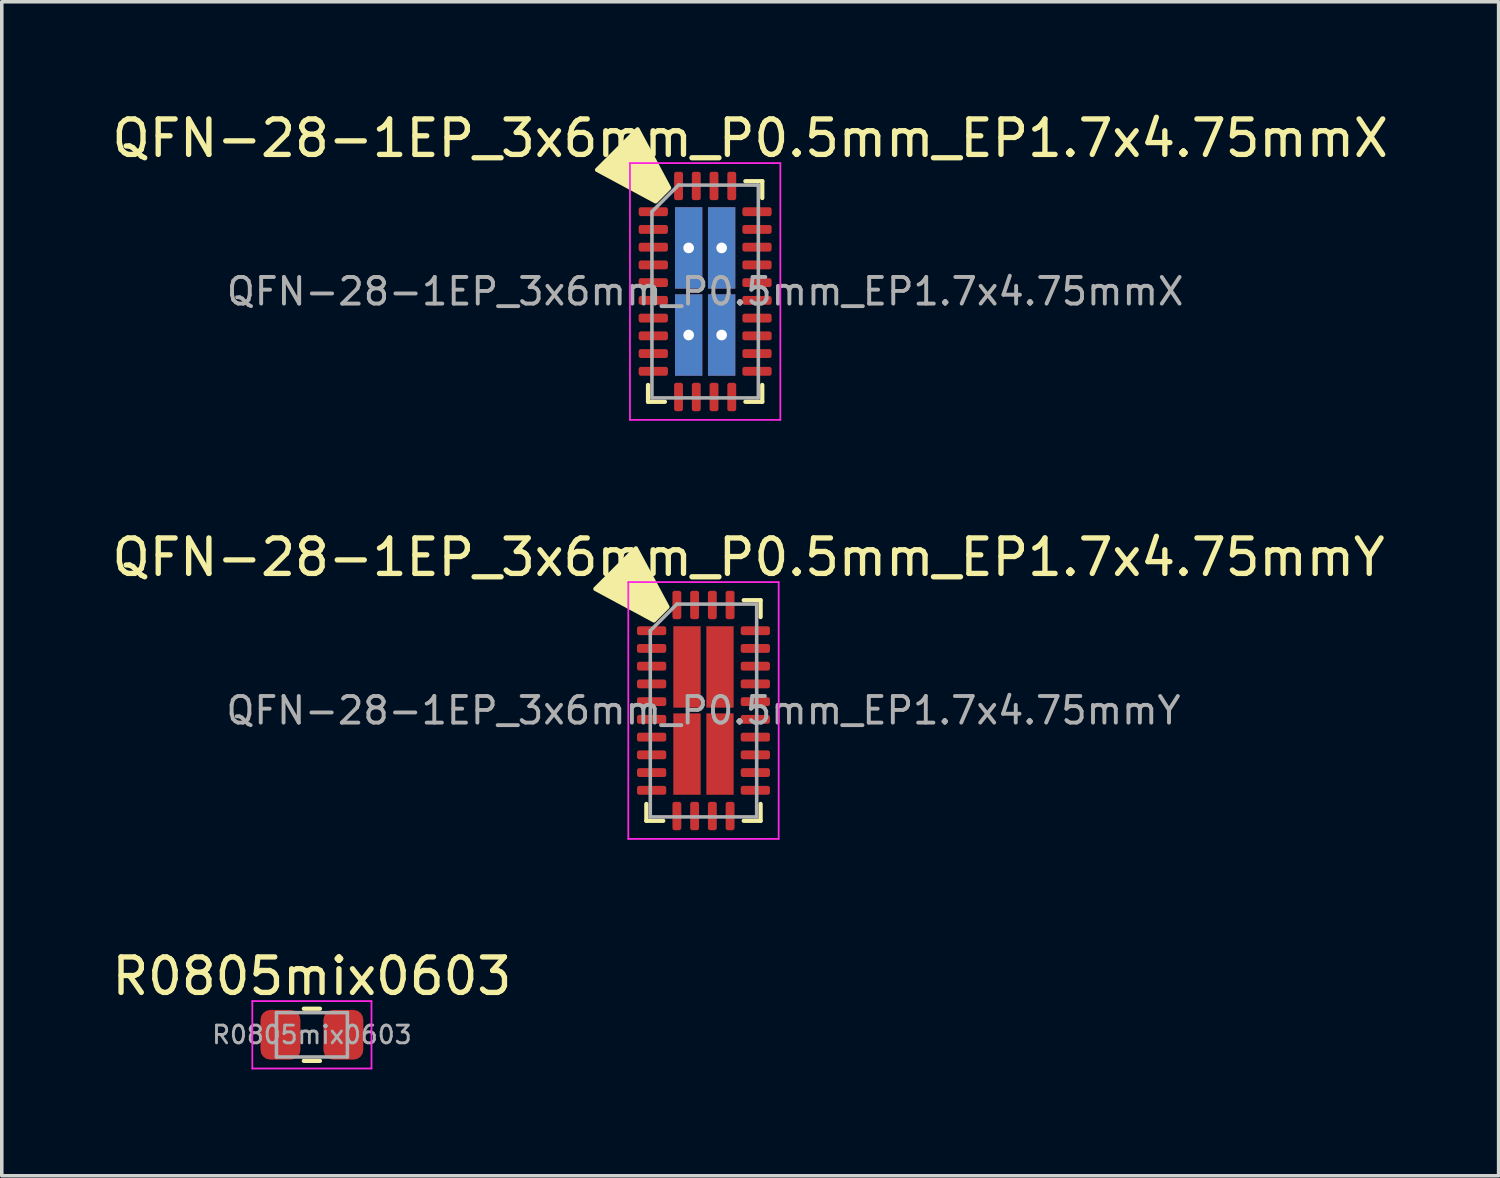
<source format=kicad_pcb>
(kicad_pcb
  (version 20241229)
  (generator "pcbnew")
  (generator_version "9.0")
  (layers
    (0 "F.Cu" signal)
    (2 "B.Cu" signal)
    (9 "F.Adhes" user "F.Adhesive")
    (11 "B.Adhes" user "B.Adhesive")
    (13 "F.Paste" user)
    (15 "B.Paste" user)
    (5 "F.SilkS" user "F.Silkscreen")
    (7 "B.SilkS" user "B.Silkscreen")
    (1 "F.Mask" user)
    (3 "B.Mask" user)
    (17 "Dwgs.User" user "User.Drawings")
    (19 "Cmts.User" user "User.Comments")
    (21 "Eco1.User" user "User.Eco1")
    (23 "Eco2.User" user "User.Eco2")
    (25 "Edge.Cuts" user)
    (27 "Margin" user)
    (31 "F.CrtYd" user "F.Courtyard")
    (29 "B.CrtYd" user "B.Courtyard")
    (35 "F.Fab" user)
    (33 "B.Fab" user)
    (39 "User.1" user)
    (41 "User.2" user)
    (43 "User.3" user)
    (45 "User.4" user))
  (footprint "QFN-28-1EP_3x6mm_P0.5mm_EP1.7x4.75mmY"
    (layer "F.Cu")
    (at 16.784 16.982)
    (property "Reference" "QFN-28-1EP_3x6mm_P0.5mm_EP1.7x4.75mmY" (at 1.27 -4.32 0) (layer "F.SilkS") (effects (font (size 1 1) (thickness 0.15))))
    (attr smd)
    (fp_line (start -1.61 3.11) (end -1.61 2.635) (stroke (width 0.12) (type solid)) (layer "F.SilkS"))
    (fp_line (start -1.135 3.11) (end -1.61 3.11) (stroke (width 0.12) (type solid)) (layer "F.SilkS"))
    (fp_line (start 1.135 -3.11) (end 1.61 -3.11) (stroke (width 0.12) (type solid)) (layer "F.SilkS"))
    (fp_line (start 1.135 3.11) (end 1.61 3.11) (stroke (width 0.12) (type solid)) (layer "F.SilkS"))
    (fp_line (start 1.61 -3.11) (end 1.61 -2.635) (stroke (width 0.12) (type solid)) (layer "F.SilkS"))
    (fp_line (start 1.61 3.11) (end 1.61 2.635) (stroke (width 0.12) (type solid)) (layer "F.SilkS"))
    (fp_poly (pts (xy -1.016 -2.921) (xy -1.397 -2.54) (xy -3.048 -3.429) (xy -1.905 -4.572)) (stroke (width 0.12) (type solid)) (fill yes) (layer "F.SilkS"))
    (fp_line (start -2.12 -3.62) (end -2.12 3.62) (stroke (width 0.05) (type solid)) (layer "F.CrtYd"))
    (fp_line (start -2.12 3.62) (end 2.12 3.62) (stroke (width 0.05) (type solid)) (layer "F.CrtYd"))
    (fp_line (start 2.12 -3.62) (end -2.12 -3.62) (stroke (width 0.05) (type solid)) (layer "F.CrtYd"))
    (fp_line (start 2.12 3.62) (end 2.12 -3.62) (stroke (width 0.05) (type solid)) (layer "F.CrtYd"))
    (fp_line (start -1.5 -2.25) (end -0.75 -3) (stroke (width 0.1) (type solid)) (layer "F.Fab"))
    (fp_line (start -1.5 3) (end -1.5 -2.25) (stroke (width 0.1) (type solid)) (layer "F.Fab"))
    (fp_line (start -0.75 -3) (end 1.5 -3) (stroke (width 0.1) (type solid)) (layer "F.Fab"))
    (fp_line (start 1.5 -3) (end 1.5 3) (stroke (width 0.1) (type solid)) (layer "F.Fab"))
    (fp_line (start 1.5 3) (end -1.5 3) (stroke (width 0.1) (type solid)) (layer "F.Fab"))
    (fp_text user "${REFERENCE}" (at 0 0 0) (layer "F.Fab") (effects (font (size 0.75 0.75) (thickness 0.11))))
    (pad "1" smd roundrect (at -1.462 -2.25) (size 0.825 0.25) (layers "F.Cu" "F.Mask" "F.Paste") (roundrect_rratio 0.25))
    (pad "2" smd roundrect (at -1.462 -1.75) (size 0.825 0.25) (layers "F.Cu" "F.Mask" "F.Paste") (roundrect_rratio 0.25))
    (pad "3" smd roundrect (at -1.462 -1.25) (size 0.825 0.25) (layers "F.Cu" "F.Mask" "F.Paste") (roundrect_rratio 0.25))
    (pad "4" smd roundrect (at -1.462 -0.75) (size 0.825 0.25) (layers "F.Cu" "F.Mask" "F.Paste") (roundrect_rratio 0.25))
    (pad "5" smd roundrect (at -1.462 -0.25) (size 0.825 0.25) (layers "F.Cu" "F.Mask" "F.Paste") (roundrect_rratio 0.25))
    (pad "6" smd roundrect (at -1.462 0.25) (size 0.825 0.25) (layers "F.Cu" "F.Mask" "F.Paste") (roundrect_rratio 0.25))
    (pad "7" smd roundrect (at -1.462 0.75) (size 0.825 0.25) (layers "F.Cu" "F.Mask" "F.Paste") (roundrect_rratio 0.25))
    (pad "8" smd roundrect (at -1.462 1.25) (size 0.825 0.25) (layers "F.Cu" "F.Mask" "F.Paste") (roundrect_rratio 0.25))
    (pad "9" smd roundrect (at -1.462 1.75) (size 0.825 0.25) (layers "F.Cu" "F.Mask" "F.Paste") (roundrect_rratio 0.25))
    (pad "10" smd roundrect (at -1.462 2.25) (size 0.825 0.25) (layers "F.Cu" "F.Mask" "F.Paste") (roundrect_rratio 0.25))
    (pad "11" smd roundrect (at -0.75 2.975) (size 0.25 0.8) (layers "F.Cu" "F.Mask" "F.Paste") (roundrect_rratio 0.25))
    (pad "12" smd roundrect (at -0.25 2.975) (size 0.25 0.8) (layers "F.Cu" "F.Mask" "F.Paste") (roundrect_rratio 0.25))
    (pad "13" smd roundrect (at 0.25 2.975) (size 0.25 0.8) (layers "F.Cu" "F.Mask" "F.Paste") (roundrect_rratio 0.25))
    (pad "14" smd roundrect (at 0.75 2.975) (size 0.25 0.8) (layers "F.Cu" "F.Mask" "F.Paste") (roundrect_rratio 0.25))
    (pad "15" smd roundrect (at 1.462 2.25) (size 0.825 0.25) (layers "F.Cu" "F.Mask" "F.Paste") (roundrect_rratio 0.25))
    (pad "16" smd roundrect (at 1.462 1.75) (size 0.825 0.25) (layers "F.Cu" "F.Mask" "F.Paste") (roundrect_rratio 0.25))
    (pad "17" smd roundrect (at 1.462 1.25) (size 0.825 0.25) (layers "F.Cu" "F.Mask" "F.Paste") (roundrect_rratio 0.25))
    (pad "18" smd roundrect (at 1.462 0.75) (size 0.825 0.25) (layers "F.Cu" "F.Mask" "F.Paste") (roundrect_rratio 0.25))
    (pad "19" smd roundrect (at 1.462 0.25) (size 0.825 0.25) (layers "F.Cu" "F.Mask" "F.Paste") (roundrect_rratio 0.25))
    (pad "20" smd roundrect (at 1.462 -0.25) (size 0.825 0.25) (layers "F.Cu" "F.Mask" "F.Paste") (roundrect_rratio 0.25))
    (pad "21" smd roundrect (at 1.462 -0.75) (size 0.825 0.25) (layers "F.Cu" "F.Mask" "F.Paste") (roundrect_rratio 0.25))
    (pad "22" smd roundrect (at 1.462 -1.25) (size 0.825 0.25) (layers "F.Cu" "F.Mask" "F.Paste") (roundrect_rratio 0.25))
    (pad "23" smd roundrect (at 1.462 -1.75) (size 0.825 0.25) (layers "F.Cu" "F.Mask" "F.Paste") (roundrect_rratio 0.25))
    (pad "24" smd roundrect (at 1.462 -2.25) (size 0.825 0.25) (layers "F.Cu" "F.Mask" "F.Paste") (roundrect_rratio 0.25))
    (pad "25" smd roundrect (at 0.75 -2.975) (size 0.25 0.8) (layers "F.Cu" "F.Mask" "F.Paste") (roundrect_rratio 0.25))
    (pad "26" smd roundrect (at 0.25 -2.975) (size 0.25 0.8) (layers "F.Cu" "F.Mask" "F.Paste") (roundrect_rratio 0.25))
    (pad "27" smd roundrect (at -0.25 -2.975) (size 0.25 0.8) (layers "F.Cu" "F.Mask" "F.Paste") (roundrect_rratio 0.25))
    (pad "28" smd roundrect (at -0.75 -2.975) (size 0.25 0.8) (layers "F.Cu" "F.Mask" "F.Paste") (roundrect_rratio 0.25))
    (pad "29" smd rect (at -0.465 -1.228) (size 0.77 2.295) (layers "F.Cu" "F.Mask" "F.Paste"))
    (pad "30" smd rect (at 0.465 -1.228) (size 0.77 2.295) (layers "F.Cu" "F.Mask" "F.Paste"))
    (pad "31" smd rect (at 0.465 1.228) (size 0.77 2.295) (layers "F.Cu" "F.Mask" "F.Paste"))
    (pad "32" smd rect (at -0.465 1.228) (size 0.77 2.295) (layers "F.Cu" "F.Mask" "F.Paste")))
  (footprint "QFN-28-1EP_3x6mm_P0.5mm_EP1.7x4.75mmX"
    (layer "F.Cu")
    (at 16.831 5.168)
    (property "Reference" "QFN-28-1EP_3x6mm_P0.5mm_EP1.7x4.75mmX" (at 1.27 -4.32 0) (layer "F.SilkS") (effects (font (size 1 1) (thickness 0.15))))
    (attr smd)
    (fp_line (start -1.61 3.11) (end -1.61 2.635) (stroke (width 0.12) (type solid)) (layer "F.SilkS"))
    (fp_line (start -1.135 3.11) (end -1.61 3.11) (stroke (width 0.12) (type solid)) (layer "F.SilkS"))
    (fp_line (start 1.135 -3.11) (end 1.61 -3.11) (stroke (width 0.12) (type solid)) (layer "F.SilkS"))
    (fp_line (start 1.135 3.11) (end 1.61 3.11) (stroke (width 0.12) (type solid)) (layer "F.SilkS"))
    (fp_line (start 1.61 -3.11) (end 1.61 -2.635) (stroke (width 0.12) (type solid)) (layer "F.SilkS"))
    (fp_line (start 1.61 3.11) (end 1.61 2.635) (stroke (width 0.12) (type solid)) (layer "F.SilkS"))
    (fp_poly (pts (xy -1.016 -2.921) (xy -1.397 -2.54) (xy -3.048 -3.429) (xy -1.905 -4.572)) (stroke (width 0.12) (type solid)) (fill yes) (layer "F.SilkS"))
    (fp_line (start -2.12 -3.62) (end -2.12 3.62) (stroke (width 0.05) (type solid)) (layer "F.CrtYd"))
    (fp_line (start -2.12 3.62) (end 2.12 3.62) (stroke (width 0.05) (type solid)) (layer "F.CrtYd"))
    (fp_line (start 2.12 -3.62) (end -2.12 -3.62) (stroke (width 0.05) (type solid)) (layer "F.CrtYd"))
    (fp_line (start 2.12 3.62) (end 2.12 -3.62) (stroke (width 0.05) (type solid)) (layer "F.CrtYd"))
    (fp_line (start -1.5 -2.25) (end -0.75 -3) (stroke (width 0.1) (type solid)) (layer "F.Fab"))
    (fp_line (start -1.5 3) (end -1.5 -2.25) (stroke (width 0.1) (type solid)) (layer "F.Fab"))
    (fp_line (start -0.75 -3) (end 1.5 -3) (stroke (width 0.1) (type solid)) (layer "F.Fab"))
    (fp_line (start 1.5 -3) (end 1.5 3) (stroke (width 0.1) (type solid)) (layer "F.Fab"))
    (fp_line (start 1.5 3) (end -1.5 3) (stroke (width 0.1) (type solid)) (layer "F.Fab"))
    (fp_text user "${REFERENCE}" (at 0 0 0) (layer "F.Fab") (effects (font (size 0.75 0.75) (thickness 0.11))))
    (pad "1" smd roundrect (at -1.462 -2.25) (size 0.825 0.25) (layers "F.Cu" "F.Mask" "F.Paste") (roundrect_rratio 0.25))
    (pad "2" smd roundrect (at -1.462 -1.75) (size 0.825 0.25) (layers "F.Cu" "F.Mask" "F.Paste") (roundrect_rratio 0.25))
    (pad "3" smd roundrect (at -1.462 -1.25) (size 0.825 0.25) (layers "F.Cu" "F.Mask" "F.Paste") (roundrect_rratio 0.25))
    (pad "4" smd roundrect (at -1.462 -0.75) (size 0.825 0.25) (layers "F.Cu" "F.Mask" "F.Paste") (roundrect_rratio 0.25))
    (pad "5" smd roundrect (at -1.462 -0.25) (size 0.825 0.25) (layers "F.Cu" "F.Mask" "F.Paste") (roundrect_rratio 0.25))
    (pad "6" smd roundrect (at -1.462 0.25) (size 0.825 0.25) (layers "F.Cu" "F.Mask" "F.Paste") (roundrect_rratio 0.25))
    (pad "7" smd roundrect (at -1.462 0.75) (size 0.825 0.25) (layers "F.Cu" "F.Mask" "F.Paste") (roundrect_rratio 0.25))
    (pad "8" smd roundrect (at -1.462 1.25) (size 0.825 0.25) (layers "F.Cu" "F.Mask" "F.Paste") (roundrect_rratio 0.25))
    (pad "9" smd roundrect (at -1.462 1.75) (size 0.825 0.25) (layers "F.Cu" "F.Mask" "F.Paste") (roundrect_rratio 0.25))
    (pad "10" smd roundrect (at -1.462 2.25) (size 0.825 0.25) (layers "F.Cu" "F.Mask" "F.Paste") (roundrect_rratio 0.25))
    (pad "11" smd roundrect (at -0.75 2.975) (size 0.25 0.8) (layers "F.Cu" "F.Mask" "F.Paste") (roundrect_rratio 0.25))
    (pad "12" smd roundrect (at -0.25 2.975) (size 0.25 0.8) (layers "F.Cu" "F.Mask" "F.Paste") (roundrect_rratio 0.25))
    (pad "13" smd roundrect (at 0.25 2.975) (size 0.25 0.8) (layers "F.Cu" "F.Mask" "F.Paste") (roundrect_rratio 0.25))
    (pad "14" smd roundrect (at 0.75 2.975) (size 0.25 0.8) (layers "F.Cu" "F.Mask" "F.Paste") (roundrect_rratio 0.25))
    (pad "15" smd roundrect (at 1.462 2.25) (size 0.825 0.25) (layers "F.Cu" "F.Mask" "F.Paste") (roundrect_rratio 0.25))
    (pad "16" smd roundrect (at 1.462 1.75) (size 0.825 0.25) (layers "F.Cu" "F.Mask" "F.Paste") (roundrect_rratio 0.25))
    (pad "17" smd roundrect (at 1.462 1.25) (size 0.825 0.25) (layers "F.Cu" "F.Mask" "F.Paste") (roundrect_rratio 0.25))
    (pad "18" smd roundrect (at 1.462 0.75) (size 0.825 0.25) (layers "F.Cu" "F.Mask" "F.Paste") (roundrect_rratio 0.25))
    (pad "19" smd roundrect (at 1.462 0.25) (size 0.825 0.25) (layers "F.Cu" "F.Mask" "F.Paste") (roundrect_rratio 0.25))
    (pad "20" smd roundrect (at 1.462 -0.25) (size 0.825 0.25) (layers "F.Cu" "F.Mask" "F.Paste") (roundrect_rratio 0.25))
    (pad "21" smd roundrect (at 1.462 -0.75) (size 0.825 0.25) (layers "F.Cu" "F.Mask" "F.Paste") (roundrect_rratio 0.25))
    (pad "22" smd roundrect (at 1.462 -1.25) (size 0.825 0.25) (layers "F.Cu" "F.Mask" "F.Paste") (roundrect_rratio 0.25))
    (pad "23" smd roundrect (at 1.462 -1.75) (size 0.825 0.25) (layers "F.Cu" "F.Mask" "F.Paste") (roundrect_rratio 0.25))
    (pad "24" smd roundrect (at 1.462 -2.25) (size 0.825 0.25) (layers "F.Cu" "F.Mask" "F.Paste") (roundrect_rratio 0.25))
    (pad "25" smd roundrect (at 0.75 -2.975) (size 0.25 0.8) (layers "F.Cu" "F.Mask" "F.Paste") (roundrect_rratio 0.25))
    (pad "26" smd roundrect (at 0.25 -2.975) (size 0.25 0.8) (layers "F.Cu" "F.Mask" "F.Paste") (roundrect_rratio 0.25))
    (pad "27" smd roundrect (at -0.25 -2.975) (size 0.25 0.8) (layers "F.Cu" "F.Mask" "F.Paste") (roundrect_rratio 0.25))
    (pad "28" smd roundrect (at -0.75 -2.975) (size 0.25 0.8) (layers "F.Cu" "F.Mask" "F.Paste") (roundrect_rratio 0.25))
    (pad "29" thru_hole rect (at -0.465 -1.228) (size 0.77 2.295) (drill 0.3) (layers "*.Cu" "*.Mask"))
    (pad "30" thru_hole rect (at 0.465 -1.228) (size 0.77 2.295) (drill 0.3) (layers "*.Cu" "*.Mask"))
    (pad "31" thru_hole rect (at 0.465 1.228) (size 0.77 2.295) (drill 0.3) (layers "*.Cu" "*.Mask"))
    (pad "32" thru_hole rect (at -0.465 1.228) (size 0.77 2.295) (drill 0.3) (layers "*.Cu" "*.Mask")))
  (footprint "R0805mix0603"
    (layer "F.Cu")
    (at 5.744 26.125)
    (property "Reference" "R0805mix0603" (at 0 -1.65 0) (layer "F.SilkS") (effects (font (size 1 1) (thickness 0.15))))
    (attr smd)
    (fp_line (start -0.227 -0.735) (end 0.227 -0.735) (stroke (width 0.12) (type solid)) (layer "F.SilkS"))
    (fp_line (start -0.227 0.735) (end 0.227 0.735) (stroke (width 0.12) (type solid)) (layer "F.SilkS"))
    (fp_line (start -1.68 -0.95) (end 1.68 -0.95) (stroke (width 0.05) (type solid)) (layer "F.CrtYd"))
    (fp_line (start -1.68 0.95) (end -1.68 -0.95) (stroke (width 0.05) (type solid)) (layer "F.CrtYd"))
    (fp_line (start 1.68 -0.95) (end 1.68 0.95) (stroke (width 0.05) (type solid)) (layer "F.CrtYd"))
    (fp_line (start 1.68 0.95) (end -1.68 0.95) (stroke (width 0.05) (type solid)) (layer "F.CrtYd"))
    (fp_line (start -1 -0.625) (end 1 -0.625) (stroke (width 0.1) (type solid)) (layer "F.Fab"))
    (fp_line (start -1 0.625) (end -1 -0.625) (stroke (width 0.1) (type solid)) (layer "F.Fab"))
    (fp_line (start 1 -0.625) (end 1 0.625) (stroke (width 0.1) (type solid)) (layer "F.Fab"))
    (fp_line (start 1 0.625) (end -1 0.625) (stroke (width 0.1) (type solid)) (layer "F.Fab"))
    (fp_text user "${REFERENCE}" (at 0 0 0) (layer "F.Fab") (effects (font (size 0.5 0.5) (thickness 0.08))))
    (pad "1" smd roundrect (at -0.887 0) (size 1.125 1.4) (layers "F.Cu" "F.Mask" "F.Paste") (roundrect_rratio 0.244))
    (pad "2" smd roundrect (at 0.887 0) (size 1.125 1.4) (layers "F.Cu" "F.Mask" "F.Paste") (roundrect_rratio 0.244)))
  (gr_rect
    (start -3 -3)
    (end 39.202 30.1)
    (stroke (width 0.1) (type default))
    (fill no)
    (layer "Edge.Cuts")))
</source>
